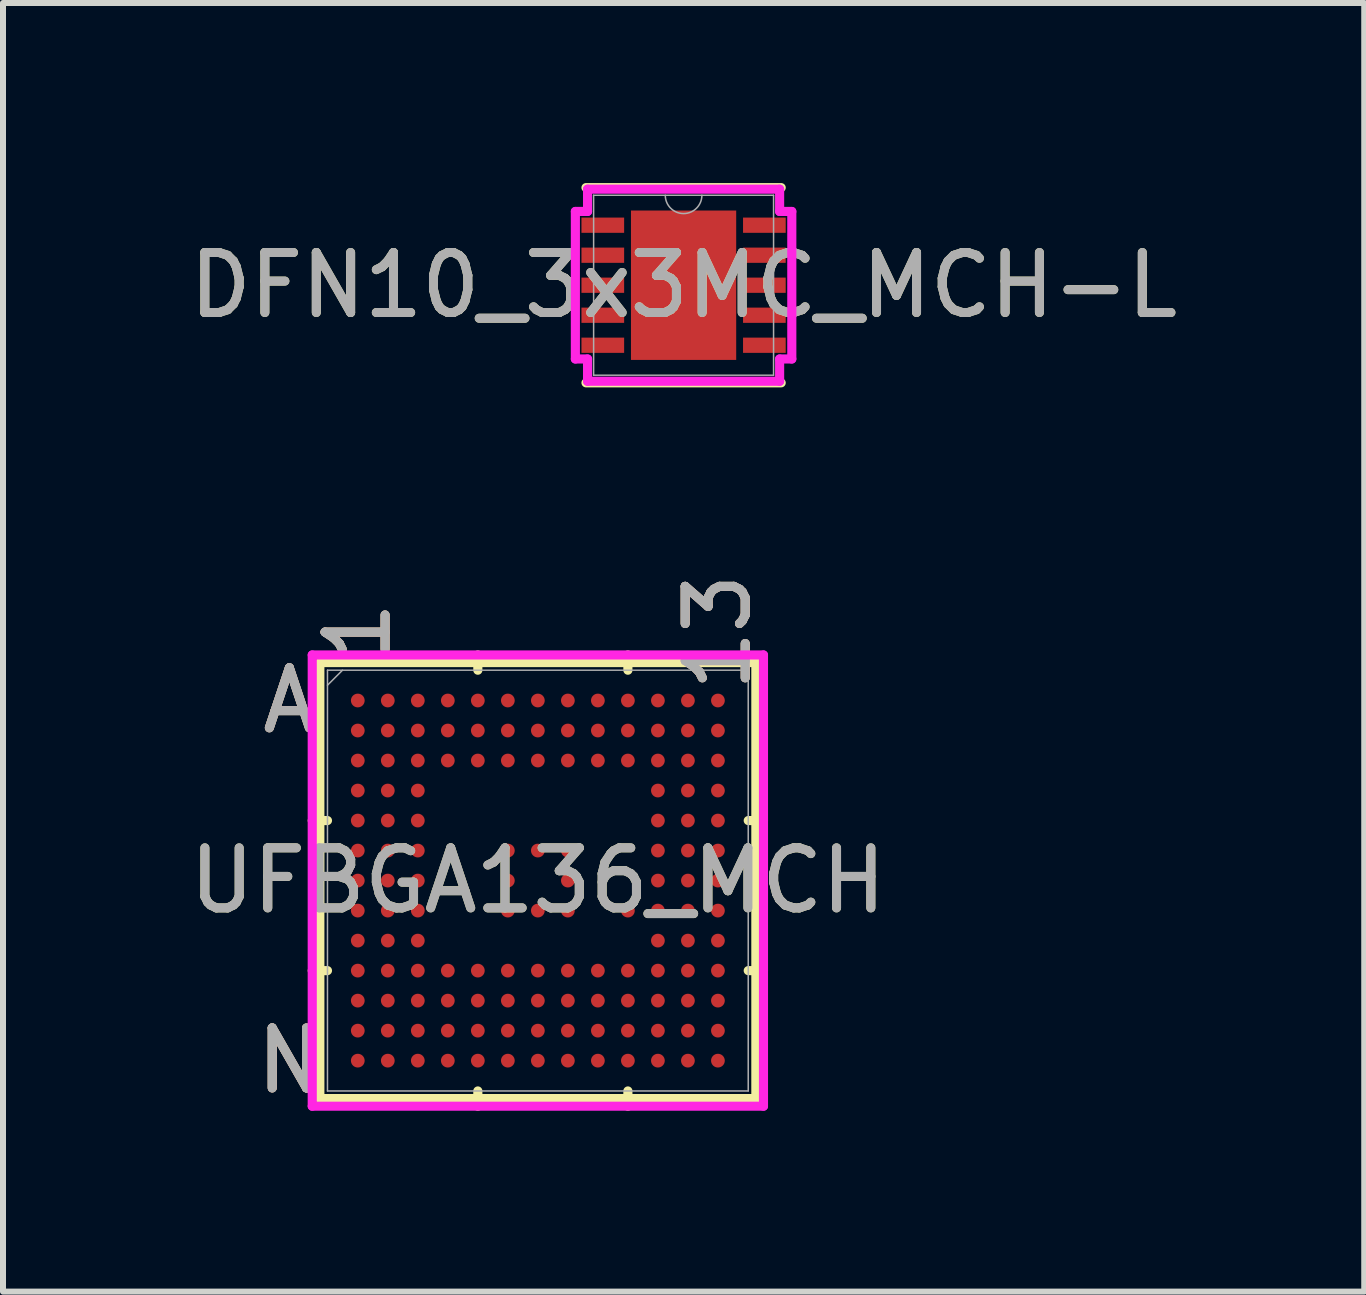
<source format=kicad_pcb>
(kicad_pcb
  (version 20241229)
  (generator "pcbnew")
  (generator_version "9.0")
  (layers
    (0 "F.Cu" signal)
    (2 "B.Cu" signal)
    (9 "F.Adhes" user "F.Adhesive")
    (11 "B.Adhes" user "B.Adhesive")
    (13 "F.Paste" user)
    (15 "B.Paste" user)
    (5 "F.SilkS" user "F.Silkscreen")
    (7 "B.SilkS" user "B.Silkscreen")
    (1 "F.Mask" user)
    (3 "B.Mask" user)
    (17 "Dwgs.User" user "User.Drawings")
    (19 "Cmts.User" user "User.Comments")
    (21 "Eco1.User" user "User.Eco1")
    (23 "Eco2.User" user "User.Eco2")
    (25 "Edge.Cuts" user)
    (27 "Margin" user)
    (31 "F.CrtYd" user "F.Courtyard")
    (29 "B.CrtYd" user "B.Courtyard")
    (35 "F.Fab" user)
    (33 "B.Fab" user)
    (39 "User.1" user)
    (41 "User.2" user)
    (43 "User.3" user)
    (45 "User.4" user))
  (footprint "UFBGA136_MCH"
    (layer "F.Cu")
    (at 5.911 11.621)
    (property "Reference" "UFBGA136_MCH" (at 0 0 0) (unlocked yes) (layer "F.SilkS") (effects (font (size 1 1) (thickness 0.15))))
    (attr smd)
    (fp_line (start -3.632 -3.632) (end -3.632 3.632) (stroke (width 0.152) (type solid)) (layer "F.SilkS"))
    (fp_line (start -3.632 3.632) (end 3.632 3.632) (stroke (width 0.152) (type solid)) (layer "F.SilkS"))
    (fp_line (start -3.505 -1) (end -3.759 -1) (stroke (width 0.152) (type solid)) (layer "F.SilkS"))
    (fp_line (start -3.505 1.5) (end -3.759 1.5) (stroke (width 0.152) (type solid)) (layer "F.SilkS"))
    (fp_line (start -1 -3.505) (end -1 -3.759) (stroke (width 0.152) (type solid)) (layer "F.SilkS"))
    (fp_line (start -1 3.505) (end -1 3.759) (stroke (width 0.152) (type solid)) (layer "F.SilkS"))
    (fp_line (start 1.5 -3.505) (end 1.5 -3.759) (stroke (width 0.152) (type solid)) (layer "F.SilkS"))
    (fp_line (start 1.5 3.505) (end 1.5 3.759) (stroke (width 0.152) (type solid)) (layer "F.SilkS"))
    (fp_line (start 3.505 -1) (end 3.759 -1) (stroke (width 0.152) (type solid)) (layer "F.SilkS"))
    (fp_line (start 3.505 1.5) (end 3.759 1.5) (stroke (width 0.152) (type solid)) (layer "F.SilkS"))
    (fp_line (start 3.632 -3.632) (end -3.632 -3.632) (stroke (width 0.152) (type solid)) (layer "F.SilkS"))
    (fp_line (start 3.632 3.632) (end 3.632 -3.632) (stroke (width 0.152) (type solid)) (layer "F.SilkS"))
    (fp_poly (pts (xy -3.695 -3.695) (xy 3.695 -3.695) (xy 3.695 3.695) (xy -3.695 3.695)) (stroke (width 0.1) (type solid)) (fill no) (layer "Eco2.User"))
    (fp_line (start -3.759 -3.759) (end 3.759 -3.759) (stroke (width 0.152) (type solid)) (layer "F.CrtYd"))
    (fp_line (start -3.759 3.759) (end -3.759 -3.759) (stroke (width 0.152) (type solid)) (layer "F.CrtYd"))
    (fp_line (start 3.759 -3.759) (end 3.759 3.759) (stroke (width 0.152) (type solid)) (layer "F.CrtYd"))
    (fp_line (start 3.759 3.759) (end -3.759 3.759) (stroke (width 0.152) (type solid)) (layer "F.CrtYd"))
    (fp_line (start -3.505 -3.505) (end -3.505 3.505) (stroke (width 0.025) (type solid)) (layer "F.Fab"))
    (fp_line (start -3.505 3.505) (end 3.505 3.505) (stroke (width 0.025) (type solid)) (layer "F.Fab"))
    (fp_line (start -3.255 -3.505) (end -3.505 -3.255) (stroke (width 0.025) (type solid)) (layer "F.Fab"))
    (fp_line (start 3.505 -3.505) (end -3.505 -3.505) (stroke (width 0.025) (type solid)) (layer "F.Fab"))
    (fp_line (start 3.505 3.505) (end 3.505 -3.505) (stroke (width 0.025) (type solid)) (layer "F.Fab"))
    (fp_text user "N" (at -4.14 3 0) (unlocked yes) (layer "F.SilkS") (effects (font (size 1 1) (thickness 0.15))))
    (fp_text user "A" (at -4.14 -3 0) (unlocked yes) (layer "F.SilkS") (effects (font (size 1 1) (thickness 0.15))))
    (fp_text user "1" (at -3 -4.14 90) (unlocked yes) (layer "F.SilkS") (effects (font (size 1 1) (thickness 0.15))))
    (fp_text user "13" (at 3 -4.14 90) (unlocked yes) (layer "F.SilkS") (effects (font (size 1 1) (thickness 0.15))))
    (fp_text user "N" (at -4.14 3 0) (unlocked yes) (layer "B.SilkS") (effects (font (size 1 1) (thickness 0.15))))
    (fp_text user "1" (at -3 -4.14 90) (unlocked yes) (layer "B.SilkS") (effects (font (size 1 1) (thickness 0.15))))
    (fp_text user "A" (at -4.14 -3 0) (unlocked yes) (layer "B.SilkS") (effects (font (size 1 1) (thickness 0.15))))
    (fp_text user "13" (at 3 -4.14 90) (unlocked yes) (layer "B.SilkS") (effects (font (size 1 1) (thickness 0.15))))
    (fp_text user "N" (at -4.14 3 0) (unlocked yes) (layer "F.Fab") (effects (font (size 1 1) (thickness 0.15))))
    (fp_text user "${REFERENCE}" (at 0 0 0) (unlocked yes) (layer "F.Fab") (effects (font (size 1 1) (thickness 0.15))))
    (fp_text user "A" (at -4.14 -3 0) (unlocked yes) (layer "F.Fab") (effects (font (size 1 1) (thickness 0.15))))
    (fp_text user "1" (at -3 -4.14 90) (unlocked yes) (layer "F.Fab") (effects (font (size 1 1) (thickness 0.15))))
    (fp_text user "13" (at 3 -4.14 90) (unlocked yes) (layer "F.Fab") (effects (font (size 1 1) (thickness 0.15))))
    (pad "A1" smd circle (at -3 -3) (size 0.229 0.229) (layers "F.Cu" "F.Mask" "F.Paste"))
    (pad "A2" smd circle (at -2.5 -3) (size 0.229 0.229) (layers "F.Cu" "F.Mask" "F.Paste"))
    (pad "A3" smd circle (at -2 -3) (size 0.229 0.229) (layers "F.Cu" "F.Mask" "F.Paste"))
    (pad "A4" smd circle (at -1.5 -3) (size 0.229 0.229) (layers "F.Cu" "F.Mask" "F.Paste"))
    (pad "A5" smd circle (at -1 -3) (size 0.229 0.229) (layers "F.Cu" "F.Mask" "F.Paste"))
    (pad "A6" smd circle (at -0.5 -3) (size 0.229 0.229) (layers "F.Cu" "F.Mask" "F.Paste"))
    (pad "A7" smd circle (at 0 -3) (size 0.229 0.229) (layers "F.Cu" "F.Mask" "F.Paste"))
    (pad "A8" smd circle (at 0.5 -3) (size 0.229 0.229) (layers "F.Cu" "F.Mask" "F.Paste"))
    (pad "A9" smd circle (at 1 -3) (size 0.229 0.229) (layers "F.Cu" "F.Mask" "F.Paste"))
    (pad "A10" smd circle (at 1.5 -3) (size 0.229 0.229) (layers "F.Cu" "F.Mask" "F.Paste"))
    (pad "A11" smd circle (at 2 -3) (size 0.229 0.229) (layers "F.Cu" "F.Mask" "F.Paste"))
    (pad "A12" smd circle (at 2.5 -3) (size 0.229 0.229) (layers "F.Cu" "F.Mask" "F.Paste"))
    (pad "A13" smd circle (at 3 -3) (size 0.229 0.229) (layers "F.Cu" "F.Mask" "F.Paste"))
    (pad "B1" smd circle (at -3 -2.5) (size 0.229 0.229) (layers "F.Cu" "F.Mask" "F.Paste"))
    (pad "B2" smd circle (at -2.5 -2.5) (size 0.229 0.229) (layers "F.Cu" "F.Mask" "F.Paste"))
    (pad "B3" smd circle (at -2 -2.5) (size 0.229 0.229) (layers "F.Cu" "F.Mask" "F.Paste"))
    (pad "B4" smd circle (at -1.5 -2.5) (size 0.229 0.229) (layers "F.Cu" "F.Mask" "F.Paste"))
    (pad "B5" smd circle (at -1 -2.5) (size 0.229 0.229) (layers "F.Cu" "F.Mask" "F.Paste"))
    (pad "B6" smd circle (at -0.5 -2.5) (size 0.229 0.229) (layers "F.Cu" "F.Mask" "F.Paste"))
    (pad "B7" smd circle (at 0 -2.5) (size 0.229 0.229) (layers "F.Cu" "F.Mask" "F.Paste"))
    (pad "B8" smd circle (at 0.5 -2.5) (size 0.229 0.229) (layers "F.Cu" "F.Mask" "F.Paste"))
    (pad "B9" smd circle (at 1 -2.5) (size 0.229 0.229) (layers "F.Cu" "F.Mask" "F.Paste"))
    (pad "B10" smd circle (at 1.5 -2.5) (size 0.229 0.229) (layers "F.Cu" "F.Mask" "F.Paste"))
    (pad "B11" smd circle (at 2 -2.5) (size 0.229 0.229) (layers "F.Cu" "F.Mask" "F.Paste"))
    (pad "B12" smd circle (at 2.5 -2.5) (size 0.229 0.229) (layers "F.Cu" "F.Mask" "F.Paste"))
    (pad "B13" smd circle (at 3 -2.5) (size 0.229 0.229) (layers "F.Cu" "F.Mask" "F.Paste"))
    (pad "C1" smd circle (at -3 -2) (size 0.229 0.229) (layers "F.Cu" "F.Mask" "F.Paste"))
    (pad "C2" smd circle (at -2.5 -2) (size 0.229 0.229) (layers "F.Cu" "F.Mask" "F.Paste"))
    (pad "C3" smd circle (at -2 -2) (size 0.229 0.229) (layers "F.Cu" "F.Mask" "F.Paste"))
    (pad "C4" smd circle (at -1.5 -2) (size 0.229 0.229) (layers "F.Cu" "F.Mask" "F.Paste"))
    (pad "C5" smd circle (at -1 -2) (size 0.229 0.229) (layers "F.Cu" "F.Mask" "F.Paste"))
    (pad "C6" smd circle (at -0.5 -2) (size 0.229 0.229) (layers "F.Cu" "F.Mask" "F.Paste"))
    (pad "C7" smd circle (at 0 -2) (size 0.229 0.229) (layers "F.Cu" "F.Mask" "F.Paste"))
    (pad "C8" smd circle (at 0.5 -2) (size 0.229 0.229) (layers "F.Cu" "F.Mask" "F.Paste"))
    (pad "C9" smd circle (at 1 -2) (size 0.229 0.229) (layers "F.Cu" "F.Mask" "F.Paste"))
    (pad "C10" smd circle (at 1.5 -2) (size 0.229 0.229) (layers "F.Cu" "F.Mask" "F.Paste"))
    (pad "C11" smd circle (at 2 -2) (size 0.229 0.229) (layers "F.Cu" "F.Mask" "F.Paste"))
    (pad "C12" smd circle (at 2.5 -2) (size 0.229 0.229) (layers "F.Cu" "F.Mask" "F.Paste"))
    (pad "C13" smd circle (at 3 -2) (size 0.229 0.229) (layers "F.Cu" "F.Mask" "F.Paste"))
    (pad "D1" smd circle (at -3 -1.5) (size 0.229 0.229) (layers "F.Cu" "F.Mask" "F.Paste"))
    (pad "D2" smd circle (at -2.5 -1.5) (size 0.229 0.229) (layers "F.Cu" "F.Mask" "F.Paste"))
    (pad "D3" smd circle (at -2 -1.5) (size 0.229 0.229) (layers "F.Cu" "F.Mask" "F.Paste"))
    (pad "D11" smd circle (at 2 -1.5) (size 0.229 0.229) (layers "F.Cu" "F.Mask" "F.Paste"))
    (pad "D12" smd circle (at 2.5 -1.5) (size 0.229 0.229) (layers "F.Cu" "F.Mask" "F.Paste"))
    (pad "D13" smd circle (at 3 -1.5) (size 0.229 0.229) (layers "F.Cu" "F.Mask" "F.Paste"))
    (pad "E1" smd circle (at -3 -1) (size 0.229 0.229) (layers "F.Cu" "F.Mask" "F.Paste"))
    (pad "E2" smd circle (at -2.5 -1) (size 0.229 0.229) (layers "F.Cu" "F.Mask" "F.Paste"))
    (pad "E3" smd circle (at -2 -1) (size 0.229 0.229) (layers "F.Cu" "F.Mask" "F.Paste"))
    (pad "E11" smd circle (at 2 -1) (size 0.229 0.229) (layers "F.Cu" "F.Mask" "F.Paste"))
    (pad "E12" smd circle (at 2.5 -1) (size 0.229 0.229) (layers "F.Cu" "F.Mask" "F.Paste"))
    (pad "E13" smd circle (at 3 -1) (size 0.229 0.229) (layers "F.Cu" "F.Mask" "F.Paste"))
    (pad "F1" smd circle (at -3 -0.5) (size 0.229 0.229) (layers "F.Cu" "F.Mask" "F.Paste"))
    (pad "F2" smd circle (at -2.5 -0.5) (size 0.229 0.229) (layers "F.Cu" "F.Mask" "F.Paste"))
    (pad "F3" smd circle (at -2 -0.5) (size 0.229 0.229) (layers "F.Cu" "F.Mask" "F.Paste"))
    (pad "F6" smd circle (at -0.5 -0.5) (size 0.229 0.229) (layers "F.Cu" "F.Mask" "F.Paste"))
    (pad "F7" smd circle (at 0 -0.5) (size 0.229 0.229) (layers "F.Cu" "F.Mask" "F.Paste"))
    (pad "F8" smd circle (at 0.5 -0.5) (size 0.229 0.229) (layers "F.Cu" "F.Mask" "F.Paste"))
    (pad "F11" smd circle (at 2 -0.5) (size 0.229 0.229) (layers "F.Cu" "F.Mask" "F.Paste"))
    (pad "F12" smd circle (at 2.5 -0.5) (size 0.229 0.229) (layers "F.Cu" "F.Mask" "F.Paste"))
    (pad "F13" smd circle (at 3 -0.5) (size 0.229 0.229) (layers "F.Cu" "F.Mask" "F.Paste"))
    (pad "G1" smd circle (at -3 0) (size 0.229 0.229) (layers "F.Cu" "F.Mask" "F.Paste"))
    (pad "G2" smd circle (at -2.5 0) (size 0.229 0.229) (layers "F.Cu" "F.Mask" "F.Paste"))
    (pad "G3" smd circle (at -2 0) (size 0.229 0.229) (layers "F.Cu" "F.Mask" "F.Paste"))
    (pad "G6" smd circle (at -0.5 0) (size 0.229 0.229) (layers "F.Cu" "F.Mask" "F.Paste"))
    (pad "G8" smd circle (at 0.5 0) (size 0.229 0.229) (layers "F.Cu" "F.Mask" "F.Paste"))
    (pad "G11" smd circle (at 2 0) (size 0.229 0.229) (layers "F.Cu" "F.Mask" "F.Paste"))
    (pad "G12" smd circle (at 2.5 0) (size 0.229 0.229) (layers "F.Cu" "F.Mask" "F.Paste"))
    (pad "G13" smd circle (at 3 0) (size 0.229 0.229) (layers "F.Cu" "F.Mask" "F.Paste"))
    (pad "H1" smd circle (at -3 0.5) (size 0.229 0.229) (layers "F.Cu" "F.Mask" "F.Paste"))
    (pad "H2" smd circle (at -2.5 0.5) (size 0.229 0.229) (layers "F.Cu" "F.Mask" "F.Paste"))
    (pad "H3" smd circle (at -2 0.5) (size 0.229 0.229) (layers "F.Cu" "F.Mask" "F.Paste"))
    (pad "H6" smd circle (at -0.5 0.5) (size 0.229 0.229) (layers "F.Cu" "F.Mask" "F.Paste"))
    (pad "H7" smd circle (at 0 0.5) (size 0.229 0.229) (layers "F.Cu" "F.Mask" "F.Paste"))
    (pad "H8" smd circle (at 0.5 0.5) (size 0.229 0.229) (layers "F.Cu" "F.Mask" "F.Paste"))
    (pad "H10" smd circle (at 1.5 0.5) (size 0.229 0.229) (layers "F.Cu" "F.Mask" "F.Paste"))
    (pad "H11" smd circle (at 2 0.5) (size 0.229 0.229) (layers "F.Cu" "F.Mask" "F.Paste"))
    (pad "H12" smd circle (at 2.5 0.5) (size 0.229 0.229) (layers "F.Cu" "F.Mask" "F.Paste"))
    (pad "H13" smd circle (at 3 0.5) (size 0.229 0.229) (layers "F.Cu" "F.Mask" "F.Paste"))
    (pad "J1" smd circle (at -3 1) (size 0.229 0.229) (layers "F.Cu" "F.Mask" "F.Paste"))
    (pad "J2" smd circle (at -2.5 1) (size 0.229 0.229) (layers "F.Cu" "F.Mask" "F.Paste"))
    (pad "J3" smd circle (at -2 1) (size 0.229 0.229) (layers "F.Cu" "F.Mask" "F.Paste"))
    (pad "J11" smd circle (at 2 1) (size 0.229 0.229) (layers "F.Cu" "F.Mask" "F.Paste"))
    (pad "J12" smd circle (at 2.5 1) (size 0.229 0.229) (layers "F.Cu" "F.Mask" "F.Paste"))
    (pad "J13" smd circle (at 3 1) (size 0.229 0.229) (layers "F.Cu" "F.Mask" "F.Paste"))
    (pad "K1" smd circle (at -3 1.5) (size 0.229 0.229) (layers "F.Cu" "F.Mask" "F.Paste"))
    (pad "K2" smd circle (at -2.5 1.5) (size 0.229 0.229) (layers "F.Cu" "F.Mask" "F.Paste"))
    (pad "K3" smd circle (at -2 1.5) (size 0.229 0.229) (layers "F.Cu" "F.Mask" "F.Paste"))
    (pad "K4" smd circle (at -1.5 1.5) (size 0.229 0.229) (layers "F.Cu" "F.Mask" "F.Paste"))
    (pad "K5" smd circle (at -1 1.5) (size 0.229 0.229) (layers "F.Cu" "F.Mask" "F.Paste"))
    (pad "K6" smd circle (at -0.5 1.5) (size 0.229 0.229) (layers "F.Cu" "F.Mask" "F.Paste"))
    (pad "K7" smd circle (at 0 1.5) (size 0.229 0.229) (layers "F.Cu" "F.Mask" "F.Paste"))
    (pad "K8" smd circle (at 0.5 1.5) (size 0.229 0.229) (layers "F.Cu" "F.Mask" "F.Paste"))
    (pad "K9" smd circle (at 1 1.5) (size 0.229 0.229) (layers "F.Cu" "F.Mask" "F.Paste"))
    (pad "K10" smd circle (at 1.5 1.5) (size 0.229 0.229) (layers "F.Cu" "F.Mask" "F.Paste"))
    (pad "K11" smd circle (at 2 1.5) (size 0.229 0.229) (layers "F.Cu" "F.Mask" "F.Paste"))
    (pad "K12" smd circle (at 2.5 1.5) (size 0.229 0.229) (layers "F.Cu" "F.Mask" "F.Paste"))
    (pad "K13" smd circle (at 3 1.5) (size 0.229 0.229) (layers "F.Cu" "F.Mask" "F.Paste"))
    (pad "L1" smd circle (at -3 2) (size 0.229 0.229) (layers "F.Cu" "F.Mask" "F.Paste"))
    (pad "L2" smd circle (at -2.5 2) (size 0.229 0.229) (layers "F.Cu" "F.Mask" "F.Paste"))
    (pad "L3" smd circle (at -2 2) (size 0.229 0.229) (layers "F.Cu" "F.Mask" "F.Paste"))
    (pad "L4" smd circle (at -1.5 2) (size 0.229 0.229) (layers "F.Cu" "F.Mask" "F.Paste"))
    (pad "L5" smd circle (at -1 2) (size 0.229 0.229) (layers "F.Cu" "F.Mask" "F.Paste"))
    (pad "L6" smd circle (at -0.5 2) (size 0.229 0.229) (layers "F.Cu" "F.Mask" "F.Paste"))
    (pad "L7" smd circle (at 0 2) (size 0.229 0.229) (layers "F.Cu" "F.Mask" "F.Paste"))
    (pad "L8" smd circle (at 0.5 2) (size 0.229 0.229) (layers "F.Cu" "F.Mask" "F.Paste"))
    (pad "L9" smd circle (at 1 2) (size 0.229 0.229) (layers "F.Cu" "F.Mask" "F.Paste"))
    (pad "L10" smd circle (at 1.5 2) (size 0.229 0.229) (layers "F.Cu" "F.Mask" "F.Paste"))
    (pad "L11" smd circle (at 2 2) (size 0.229 0.229) (layers "F.Cu" "F.Mask" "F.Paste"))
    (pad "L12" smd circle (at 2.5 2) (size 0.229 0.229) (layers "F.Cu" "F.Mask" "F.Paste"))
    (pad "L13" smd circle (at 3 2) (size 0.229 0.229) (layers "F.Cu" "F.Mask" "F.Paste"))
    (pad "M1" smd circle (at -3 2.5) (size 0.229 0.229) (layers "F.Cu" "F.Mask" "F.Paste"))
    (pad "M2" smd circle (at -2.5 2.5) (size 0.229 0.229) (layers "F.Cu" "F.Mask" "F.Paste"))
    (pad "M3" smd circle (at -2 2.5) (size 0.229 0.229) (layers "F.Cu" "F.Mask" "F.Paste"))
    (pad "M4" smd circle (at -1.5 2.5) (size 0.229 0.229) (layers "F.Cu" "F.Mask" "F.Paste"))
    (pad "M5" smd circle (at -1 2.5) (size 0.229 0.229) (layers "F.Cu" "F.Mask" "F.Paste"))
    (pad "M6" smd circle (at -0.5 2.5) (size 0.229 0.229) (layers "F.Cu" "F.Mask" "F.Paste"))
    (pad "M7" smd circle (at 0 2.5) (size 0.229 0.229) (layers "F.Cu" "F.Mask" "F.Paste"))
    (pad "M8" smd circle (at 0.5 2.5) (size 0.229 0.229) (layers "F.Cu" "F.Mask" "F.Paste"))
    (pad "M9" smd circle (at 1 2.5) (size 0.229 0.229) (layers "F.Cu" "F.Mask" "F.Paste"))
    (pad "M10" smd circle (at 1.5 2.5) (size 0.229 0.229) (layers "F.Cu" "F.Mask" "F.Paste"))
    (pad "M11" smd circle (at 2 2.5) (size 0.229 0.229) (layers "F.Cu" "F.Mask" "F.Paste"))
    (pad "M12" smd circle (at 2.5 2.5) (size 0.229 0.229) (layers "F.Cu" "F.Mask" "F.Paste"))
    (pad "M13" smd circle (at 3 2.5) (size 0.229 0.229) (layers "F.Cu" "F.Mask" "F.Paste"))
    (pad "N1" smd circle (at -3 3) (size 0.229 0.229) (layers "F.Cu" "F.Mask" "F.Paste"))
    (pad "N2" smd circle (at -2.5 3) (size 0.229 0.229) (layers "F.Cu" "F.Mask" "F.Paste"))
    (pad "N3" smd circle (at -2 3) (size 0.229 0.229) (layers "F.Cu" "F.Mask" "F.Paste"))
    (pad "N4" smd circle (at -1.5 3) (size 0.229 0.229) (layers "F.Cu" "F.Mask" "F.Paste"))
    (pad "N5" smd circle (at -1 3) (size 0.229 0.229) (layers "F.Cu" "F.Mask" "F.Paste"))
    (pad "N6" smd circle (at -0.5 3) (size 0.229 0.229) (layers "F.Cu" "F.Mask" "F.Paste"))
    (pad "N7" smd circle (at 0 3) (size 0.229 0.229) (layers "F.Cu" "F.Mask" "F.Paste"))
    (pad "N8" smd circle (at 0.5 3) (size 0.229 0.229) (layers "F.Cu" "F.Mask" "F.Paste"))
    (pad "N9" smd circle (at 1 3) (size 0.229 0.229) (layers "F.Cu" "F.Mask" "F.Paste"))
    (pad "N10" smd circle (at 1.5 3) (size 0.229 0.229) (layers "F.Cu" "F.Mask" "F.Paste"))
    (pad "N11" smd circle (at 2 3) (size 0.229 0.229) (layers "F.Cu" "F.Mask" "F.Paste"))
    (pad "N12" smd circle (at 2.5 3) (size 0.229 0.229) (layers "F.Cu" "F.Mask" "F.Paste"))
    (pad "N13" smd circle (at 3 3) (size 0.229 0.229) (layers "F.Cu" "F.Mask" "F.Paste")))
  (footprint "DFN10_3x3MC_MCH-L"
    (layer "F.Cu")
    (at 8.339 1.702)
    (property "Reference" "DFN10_3x3MC_MCH-L" (at 0 0 0) (unlocked yes) (layer "F.SilkS") (effects (font (size 1 1) (thickness 0.15))))
    (attr smd)
    (fp_line (start -1.626 1.626) (end 1.626 1.626) (stroke (width 0.152) (type solid)) (layer "F.SilkS"))
    (fp_line (start 1.626 -1.626) (end -1.626 -1.626) (stroke (width 0.152) (type solid)) (layer "F.SilkS"))
    (fp_line (start -1.803 -1.229) (end -1.6 -1.229) (stroke (width 0.152) (type solid)) (layer "F.CrtYd"))
    (fp_line (start -1.803 1.229) (end -1.803 -1.229) (stroke (width 0.152) (type solid)) (layer "F.CrtYd"))
    (fp_line (start -1.803 1.229) (end -1.6 1.229) (stroke (width 0.152) (type solid)) (layer "F.CrtYd"))
    (fp_line (start -1.6 -1.6) (end 1.6 -1.6) (stroke (width 0.152) (type solid)) (layer "F.CrtYd"))
    (fp_line (start -1.6 -1.229) (end -1.6 -1.6) (stroke (width 0.152) (type solid)) (layer "F.CrtYd"))
    (fp_line (start -1.6 1.6) (end -1.6 1.229) (stroke (width 0.152) (type solid)) (layer "F.CrtYd"))
    (fp_line (start 1.6 -1.6) (end 1.6 -1.229) (stroke (width 0.152) (type solid)) (layer "F.CrtYd"))
    (fp_line (start 1.6 1.229) (end 1.6 1.6) (stroke (width 0.152) (type solid)) (layer "F.CrtYd"))
    (fp_line (start 1.6 1.6) (end -1.6 1.6) (stroke (width 0.152) (type solid)) (layer "F.CrtYd"))
    (fp_line (start 1.803 -1.229) (end 1.6 -1.229) (stroke (width 0.152) (type solid)) (layer "F.CrtYd"))
    (fp_line (start 1.803 -1.229) (end 1.803 1.229) (stroke (width 0.152) (type solid)) (layer "F.CrtYd"))
    (fp_line (start 1.803 1.229) (end 1.6 1.229) (stroke (width 0.152) (type solid)) (layer "F.CrtYd"))
    (fp_line (start -1.499 -1.499) (end -1.499 1.499) (stroke (width 0.025) (type solid)) (layer "F.Fab"))
    (fp_line (start -1.499 1.499) (end 1.499 1.499) (stroke (width 0.025) (type solid)) (layer "F.Fab"))
    (fp_line (start 1.499 -1.499) (end -1.499 -1.499) (stroke (width 0.025) (type solid)) (layer "F.Fab"))
    (fp_line (start 1.499 1.499) (end 1.499 -1.499) (stroke (width 0.025) (type solid)) (layer "F.Fab"))
    (fp_arc (start 0.3048 -1.4986) (mid 0 -1.1938) (end -0.3048 -1.4986) (stroke (width 0.0254) (type solid)) (layer "F.Fab"))
    (fp_text user "${REFERENCE}" (at 0 0 0) (unlocked yes) (layer "F.Fab") (effects (font (size 1 1) (thickness 0.15))))
    (pad "1" smd rect (at -1.346 -1) (size 0.711 0.254) (layers "F.Cu" "F.Mask" "F.Paste"))
    (pad "2" smd rect (at -1.346 -0.5) (size 0.711 0.254) (layers "F.Cu" "F.Mask" "F.Paste"))
    (pad "3" smd rect (at -1.346 0) (size 0.711 0.254) (layers "F.Cu" "F.Mask" "F.Paste"))
    (pad "4" smd rect (at -1.346 0.5) (size 0.711 0.254) (layers "F.Cu" "F.Mask" "F.Paste"))
    (pad "5" smd rect (at -1.346 1) (size 0.711 0.254) (layers "F.Cu" "F.Mask" "F.Paste"))
    (pad "6" smd rect (at 1.346 1) (size 0.711 0.254) (layers "F.Cu" "F.Mask" "F.Paste"))
    (pad "7" smd rect (at 1.346 0.5) (size 0.711 0.254) (layers "F.Cu" "F.Mask" "F.Paste"))
    (pad "8" smd rect (at 1.346 0) (size 0.711 0.254) (layers "F.Cu" "F.Mask" "F.Paste"))
    (pad "9" smd rect (at 1.346 -0.5) (size 0.711 0.254) (layers "F.Cu" "F.Mask" "F.Paste"))
    (pad "10" smd rect (at 1.346 -1) (size 0.711 0.254) (layers "F.Cu" "F.Mask" "F.Paste"))
    (pad "11" smd rect (at 0 0) (size 1.753 2.489) (layers "F.Cu" "F.Mask" "F.Paste")))
  (gr_rect
    (start -3 -3)
    (end 19.679 18.469)
    (stroke (width 0.1) (type default))
    (fill no)
    (layer "Edge.Cuts")))
</source>
